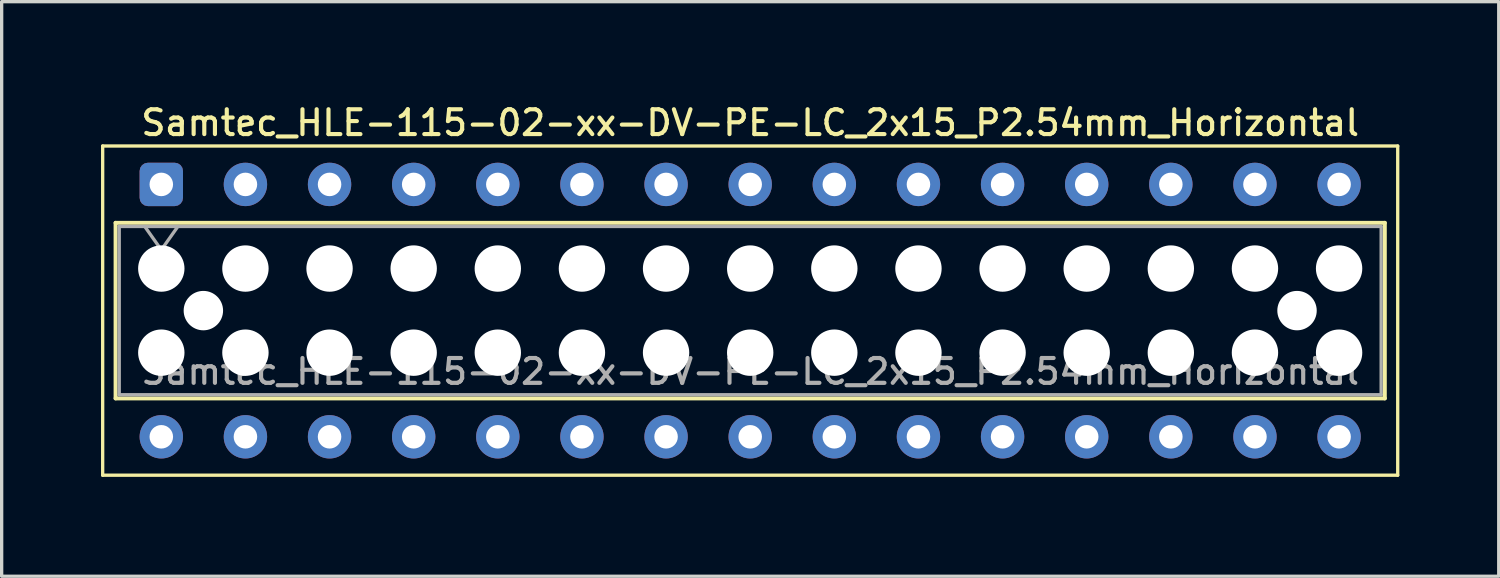
<source format=kicad_pcb>
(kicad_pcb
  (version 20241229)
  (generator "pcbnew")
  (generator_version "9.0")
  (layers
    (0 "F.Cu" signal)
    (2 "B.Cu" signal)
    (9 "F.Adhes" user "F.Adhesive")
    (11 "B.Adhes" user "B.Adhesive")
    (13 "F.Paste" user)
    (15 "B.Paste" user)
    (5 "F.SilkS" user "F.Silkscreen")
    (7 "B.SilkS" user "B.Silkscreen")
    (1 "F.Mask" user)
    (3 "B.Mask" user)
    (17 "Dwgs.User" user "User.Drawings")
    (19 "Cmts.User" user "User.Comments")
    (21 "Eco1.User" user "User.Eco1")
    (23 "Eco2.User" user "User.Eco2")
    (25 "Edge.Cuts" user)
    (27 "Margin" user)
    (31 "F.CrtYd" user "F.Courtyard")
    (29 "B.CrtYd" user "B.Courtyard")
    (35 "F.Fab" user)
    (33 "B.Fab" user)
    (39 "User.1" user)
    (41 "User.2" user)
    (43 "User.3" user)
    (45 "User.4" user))
  (footprint "Samtec_HLE-115-02-xx-DV-PE-LC_2x15_P2.54mm_Horizontal"
    (layer "F.Cu")
    (at 1.82 2.518)
    (property "Reference" "Samtec_HLE-115-02-xx-DV-PE-LC_2x15_P2.54mm_Horizontal" (at 17.78 -1.86 0) (layer "F.SilkS") (effects (font (size 0.75 0.75) (thickness 0.125))))
    (attr through_hole)
    (fp_line (start -1.77 -1.16) (end 37.33 -1.16) (stroke (width 0.1) (type solid)) (layer "F.SilkS"))
    (fp_line (start -1.77 8.78) (end -1.77 -1.16) (stroke (width 0.1) (type solid)) (layer "F.SilkS"))
    (fp_line (start -1.38 1.16) (end 36.94 1.16) (stroke (width 0.12) (type solid)) (layer "F.SilkS"))
    (fp_line (start -1.38 6.46) (end -1.38 1.16) (stroke (width 0.12) (type solid)) (layer "F.SilkS"))
    (fp_line (start 36.94 1.16) (end 36.94 6.46) (stroke (width 0.12) (type solid)) (layer "F.SilkS"))
    (fp_line (start 36.94 6.46) (end -1.38 6.46) (stroke (width 0.12) (type solid)) (layer "F.SilkS"))
    (fp_line (start 37.33 -1.16) (end 37.33 8.78) (stroke (width 0.1) (type solid)) (layer "F.SilkS"))
    (fp_line (start 37.33 8.78) (end -1.77 8.78) (stroke (width 0.1) (type solid)) (layer "F.SilkS"))
    (fp_line (start -1.27 1.27) (end 36.83 1.27) (stroke (width 0.1) (type solid)) (layer "F.Fab"))
    (fp_line (start -1.27 6.35) (end -1.27 1.27) (stroke (width 0.1) (type solid)) (layer "F.Fab"))
    (fp_line (start -0.5 1.27) (end 0 1.977) (stroke (width 0.1) (type solid)) (layer "F.Fab"))
    (fp_line (start 0 1.977) (end 0.5 1.27) (stroke (width 0.1) (type solid)) (layer "F.Fab"))
    (fp_line (start 36.83 1.27) (end 36.83 6.35) (stroke (width 0.1) (type solid)) (layer "F.Fab"))
    (fp_line (start 36.83 6.35) (end -1.27 6.35) (stroke (width 0.1) (type solid)) (layer "F.Fab"))
    (fp_text user "${REFERENCE}" (at 17.78 5.65 0) (layer "F.Fab") (effects (font (size 0.75 0.75) (thickness 0.125))))
    (pad "" np_thru_hole circle (at 0 2.54) (size 1.4 1.4) (drill 1.4) (layers "*.Cu" "*.Mask"))
    (pad "" np_thru_hole circle (at 0 5.08) (size 1.4 1.4) (drill 1.4) (layers "*.Cu" "*.Mask"))
    (pad "" np_thru_hole circle (at 1.27 3.81) (size 1.19 1.19) (drill 1.19) (layers "*.Cu" "*.Mask"))
    (pad "" np_thru_hole circle (at 2.54 2.54) (size 1.4 1.4) (drill 1.4) (layers "*.Cu" "*.Mask"))
    (pad "" np_thru_hole circle (at 2.54 5.08) (size 1.4 1.4) (drill 1.4) (layers "*.Cu" "*.Mask"))
    (pad "" np_thru_hole circle (at 5.08 2.54) (size 1.4 1.4) (drill 1.4) (layers "*.Cu" "*.Mask"))
    (pad "" np_thru_hole circle (at 5.08 5.08) (size 1.4 1.4) (drill 1.4) (layers "*.Cu" "*.Mask"))
    (pad "" np_thru_hole circle (at 7.62 2.54) (size 1.4 1.4) (drill 1.4) (layers "*.Cu" "*.Mask"))
    (pad "" np_thru_hole circle (at 7.62 5.08) (size 1.4 1.4) (drill 1.4) (layers "*.Cu" "*.Mask"))
    (pad "" np_thru_hole circle (at 10.16 2.54) (size 1.4 1.4) (drill 1.4) (layers "*.Cu" "*.Mask"))
    (pad "" np_thru_hole circle (at 10.16 5.08) (size 1.4 1.4) (drill 1.4) (layers "*.Cu" "*.Mask"))
    (pad "" np_thru_hole circle (at 12.7 2.54) (size 1.4 1.4) (drill 1.4) (layers "*.Cu" "*.Mask"))
    (pad "" np_thru_hole circle (at 12.7 5.08) (size 1.4 1.4) (drill 1.4) (layers "*.Cu" "*.Mask"))
    (pad "" np_thru_hole circle (at 15.24 2.54) (size 1.4 1.4) (drill 1.4) (layers "*.Cu" "*.Mask"))
    (pad "" np_thru_hole circle (at 15.24 5.08) (size 1.4 1.4) (drill 1.4) (layers "*.Cu" "*.Mask"))
    (pad "" np_thru_hole circle (at 17.78 2.54) (size 1.4 1.4) (drill 1.4) (layers "*.Cu" "*.Mask"))
    (pad "" np_thru_hole circle (at 17.78 5.08) (size 1.4 1.4) (drill 1.4) (layers "*.Cu" "*.Mask"))
    (pad "" np_thru_hole circle (at 20.32 2.54) (size 1.4 1.4) (drill 1.4) (layers "*.Cu" "*.Mask"))
    (pad "" np_thru_hole circle (at 20.32 5.08) (size 1.4 1.4) (drill 1.4) (layers "*.Cu" "*.Mask"))
    (pad "" np_thru_hole circle (at 22.86 2.54) (size 1.4 1.4) (drill 1.4) (layers "*.Cu" "*.Mask"))
    (pad "" np_thru_hole circle (at 22.86 5.08) (size 1.4 1.4) (drill 1.4) (layers "*.Cu" "*.Mask"))
    (pad "" np_thru_hole circle (at 25.4 2.54) (size 1.4 1.4) (drill 1.4) (layers "*.Cu" "*.Mask"))
    (pad "" np_thru_hole circle (at 25.4 5.08) (size 1.4 1.4) (drill 1.4) (layers "*.Cu" "*.Mask"))
    (pad "" np_thru_hole circle (at 27.94 2.54) (size 1.4 1.4) (drill 1.4) (layers "*.Cu" "*.Mask"))
    (pad "" np_thru_hole circle (at 27.94 5.08) (size 1.4 1.4) (drill 1.4) (layers "*.Cu" "*.Mask"))
    (pad "" np_thru_hole circle (at 30.48 2.54) (size 1.4 1.4) (drill 1.4) (layers "*.Cu" "*.Mask"))
    (pad "" np_thru_hole circle (at 30.48 5.08) (size 1.4 1.4) (drill 1.4) (layers "*.Cu" "*.Mask"))
    (pad "" np_thru_hole circle (at 33.02 2.54) (size 1.4 1.4) (drill 1.4) (layers "*.Cu" "*.Mask"))
    (pad "" np_thru_hole circle (at 33.02 5.08) (size 1.4 1.4) (drill 1.4) (layers "*.Cu" "*.Mask"))
    (pad "" np_thru_hole circle (at 34.29 3.81) (size 1.19 1.19) (drill 1.19) (layers "*.Cu" "*.Mask"))
    (pad "" np_thru_hole circle (at 35.56 2.54) (size 1.4 1.4) (drill 1.4) (layers "*.Cu" "*.Mask"))
    (pad "" np_thru_hole circle (at 35.56 5.08) (size 1.4 1.4) (drill 1.4) (layers "*.Cu" "*.Mask"))
    (pad "1" thru_hole roundrect (at 0 0) (size 1.31 1.31) (drill 0.71) (layers "*.Cu" "*.Mask") (roundrect_rratio 0.191))
    (pad "2" thru_hole circle (at 0 7.62) (size 1.31 1.31) (drill 0.71) (layers "*.Cu" "*.Mask"))
    (pad "3" thru_hole circle (at 2.54 0) (size 1.31 1.31) (drill 0.71) (layers "*.Cu" "*.Mask"))
    (pad "4" thru_hole circle (at 2.54 7.62) (size 1.31 1.31) (drill 0.71) (layers "*.Cu" "*.Mask"))
    (pad "5" thru_hole circle (at 5.08 0) (size 1.31 1.31) (drill 0.71) (layers "*.Cu" "*.Mask"))
    (pad "6" thru_hole circle (at 5.08 7.62) (size 1.31 1.31) (drill 0.71) (layers "*.Cu" "*.Mask"))
    (pad "7" thru_hole circle (at 7.62 0) (size 1.31 1.31) (drill 0.71) (layers "*.Cu" "*.Mask"))
    (pad "8" thru_hole circle (at 7.62 7.62) (size 1.31 1.31) (drill 0.71) (layers "*.Cu" "*.Mask"))
    (pad "9" thru_hole circle (at 10.16 0) (size 1.31 1.31) (drill 0.71) (layers "*.Cu" "*.Mask"))
    (pad "10" thru_hole circle (at 10.16 7.62) (size 1.31 1.31) (drill 0.71) (layers "*.Cu" "*.Mask"))
    (pad "11" thru_hole circle (at 12.7 0) (size 1.31 1.31) (drill 0.71) (layers "*.Cu" "*.Mask"))
    (pad "12" thru_hole circle (at 12.7 7.62) (size 1.31 1.31) (drill 0.71) (layers "*.Cu" "*.Mask"))
    (pad "13" thru_hole circle (at 15.24 0) (size 1.31 1.31) (drill 0.71) (layers "*.Cu" "*.Mask"))
    (pad "14" thru_hole circle (at 15.24 7.62) (size 1.31 1.31) (drill 0.71) (layers "*.Cu" "*.Mask"))
    (pad "15" thru_hole circle (at 17.78 0) (size 1.31 1.31) (drill 0.71) (layers "*.Cu" "*.Mask"))
    (pad "16" thru_hole circle (at 17.78 7.62) (size 1.31 1.31) (drill 0.71) (layers "*.Cu" "*.Mask"))
    (pad "17" thru_hole circle (at 20.32 0) (size 1.31 1.31) (drill 0.71) (layers "*.Cu" "*.Mask"))
    (pad "18" thru_hole circle (at 20.32 7.62) (size 1.31 1.31) (drill 0.71) (layers "*.Cu" "*.Mask"))
    (pad "19" thru_hole circle (at 22.86 0) (size 1.31 1.31) (drill 0.71) (layers "*.Cu" "*.Mask"))
    (pad "20" thru_hole circle (at 22.86 7.62) (size 1.31 1.31) (drill 0.71) (layers "*.Cu" "*.Mask"))
    (pad "21" thru_hole circle (at 25.4 0) (size 1.31 1.31) (drill 0.71) (layers "*.Cu" "*.Mask"))
    (pad "22" thru_hole circle (at 25.4 7.62) (size 1.31 1.31) (drill 0.71) (layers "*.Cu" "*.Mask"))
    (pad "23" thru_hole circle (at 27.94 0) (size 1.31 1.31) (drill 0.71) (layers "*.Cu" "*.Mask"))
    (pad "24" thru_hole circle (at 27.94 7.62) (size 1.31 1.31) (drill 0.71) (layers "*.Cu" "*.Mask"))
    (pad "25" thru_hole circle (at 30.48 0) (size 1.31 1.31) (drill 0.71) (layers "*.Cu" "*.Mask"))
    (pad "26" thru_hole circle (at 30.48 7.62) (size 1.31 1.31) (drill 0.71) (layers "*.Cu" "*.Mask"))
    (pad "27" thru_hole circle (at 33.02 0) (size 1.31 1.31) (drill 0.71) (layers "*.Cu" "*.Mask"))
    (pad "28" thru_hole circle (at 33.02 7.62) (size 1.31 1.31) (drill 0.71) (layers "*.Cu" "*.Mask"))
    (pad "29" thru_hole circle (at 35.56 0) (size 1.31 1.31) (drill 0.71) (layers "*.Cu" "*.Mask"))
    (pad "30" thru_hole circle (at 35.56 7.62) (size 1.31 1.31) (drill 0.71) (layers "*.Cu" "*.Mask")))
  (gr_rect
    (start -3 -3)
    (end 42.2 14.348)
    (stroke (width 0.1) (type default))
    (fill no)
    (layer "Edge.Cuts")))
</source>
